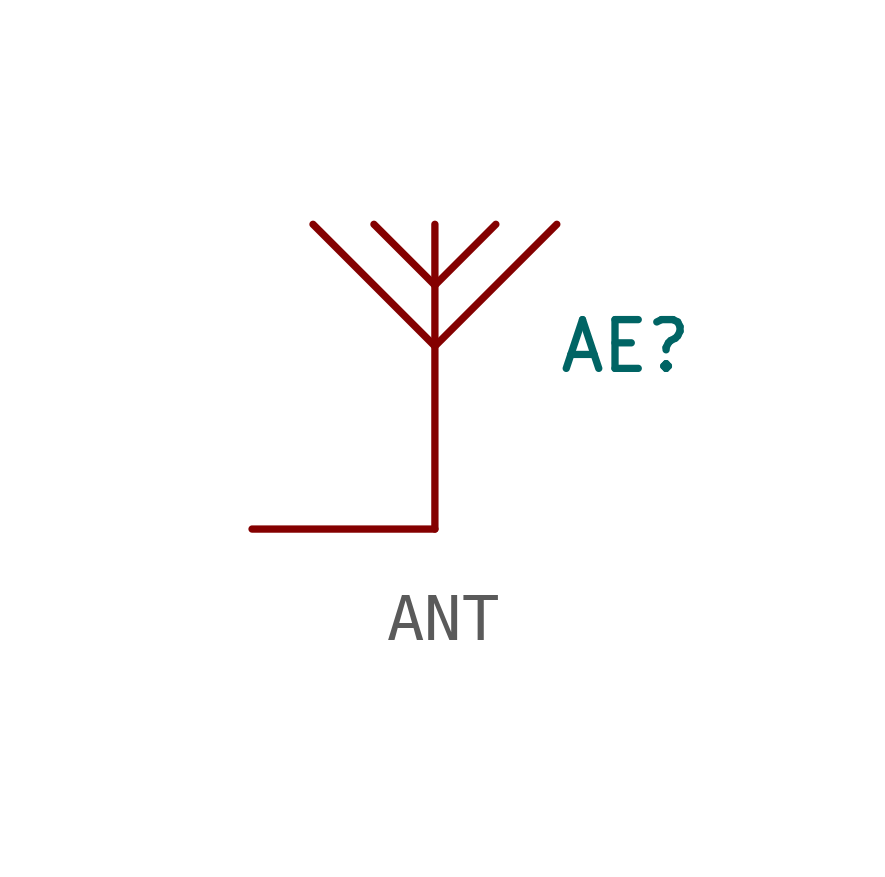
<source format=kicad_sym>
(kicad_symbol_lib
  (version 20211014)
  (generator kicad_symbol_editor)
  (symbol "ANT"
    (pin_numbers hide)
    (pin_names
      (offset 1.016))
    (property "Reference" "AE"
      (at 2.54 -1.27 0)
      (effects (font (size 1.016 1.016)) (justify left)))
    (symbol "ANT_0_1"
      (polyline (pts (xy 0 -1.27) (xy -2.54 1.27)) (stroke (width 0) (type default) (color 0 0 0 0)) (fill (type none)))
      (polyline (pts (xy 0 0) (xy -1.27 1.27)) (stroke (width 0) (type default) (color 0 0 0 0)) (fill (type none)))
      (polyline (pts (xy 0 0) (xy 1.27 1.27)) (stroke (width 0) (type default) (color 0 0 0 0)) (fill (type none)))
      (polyline (pts (xy 0 1.27) (xy 0 -1.27)) (stroke (width 0) (type default) (color 0 0 0 0)) (fill (type none)))
      (polyline (pts (xy 0 -5.08) (xy 0 -1.27) (xy 2.54 1.27)) (stroke (width 0) (type default) (color 0 0 0 0)) (fill (type none))))
    (symbol "ANT_1_1"
      (pin passive line (at -3.81 -5.08 0) (length 3.81) (name "~" (effects (font (size 1.27 1.27)))) (number "ANT" (effects (font (size 1.27 1.27))))))))
</source>
